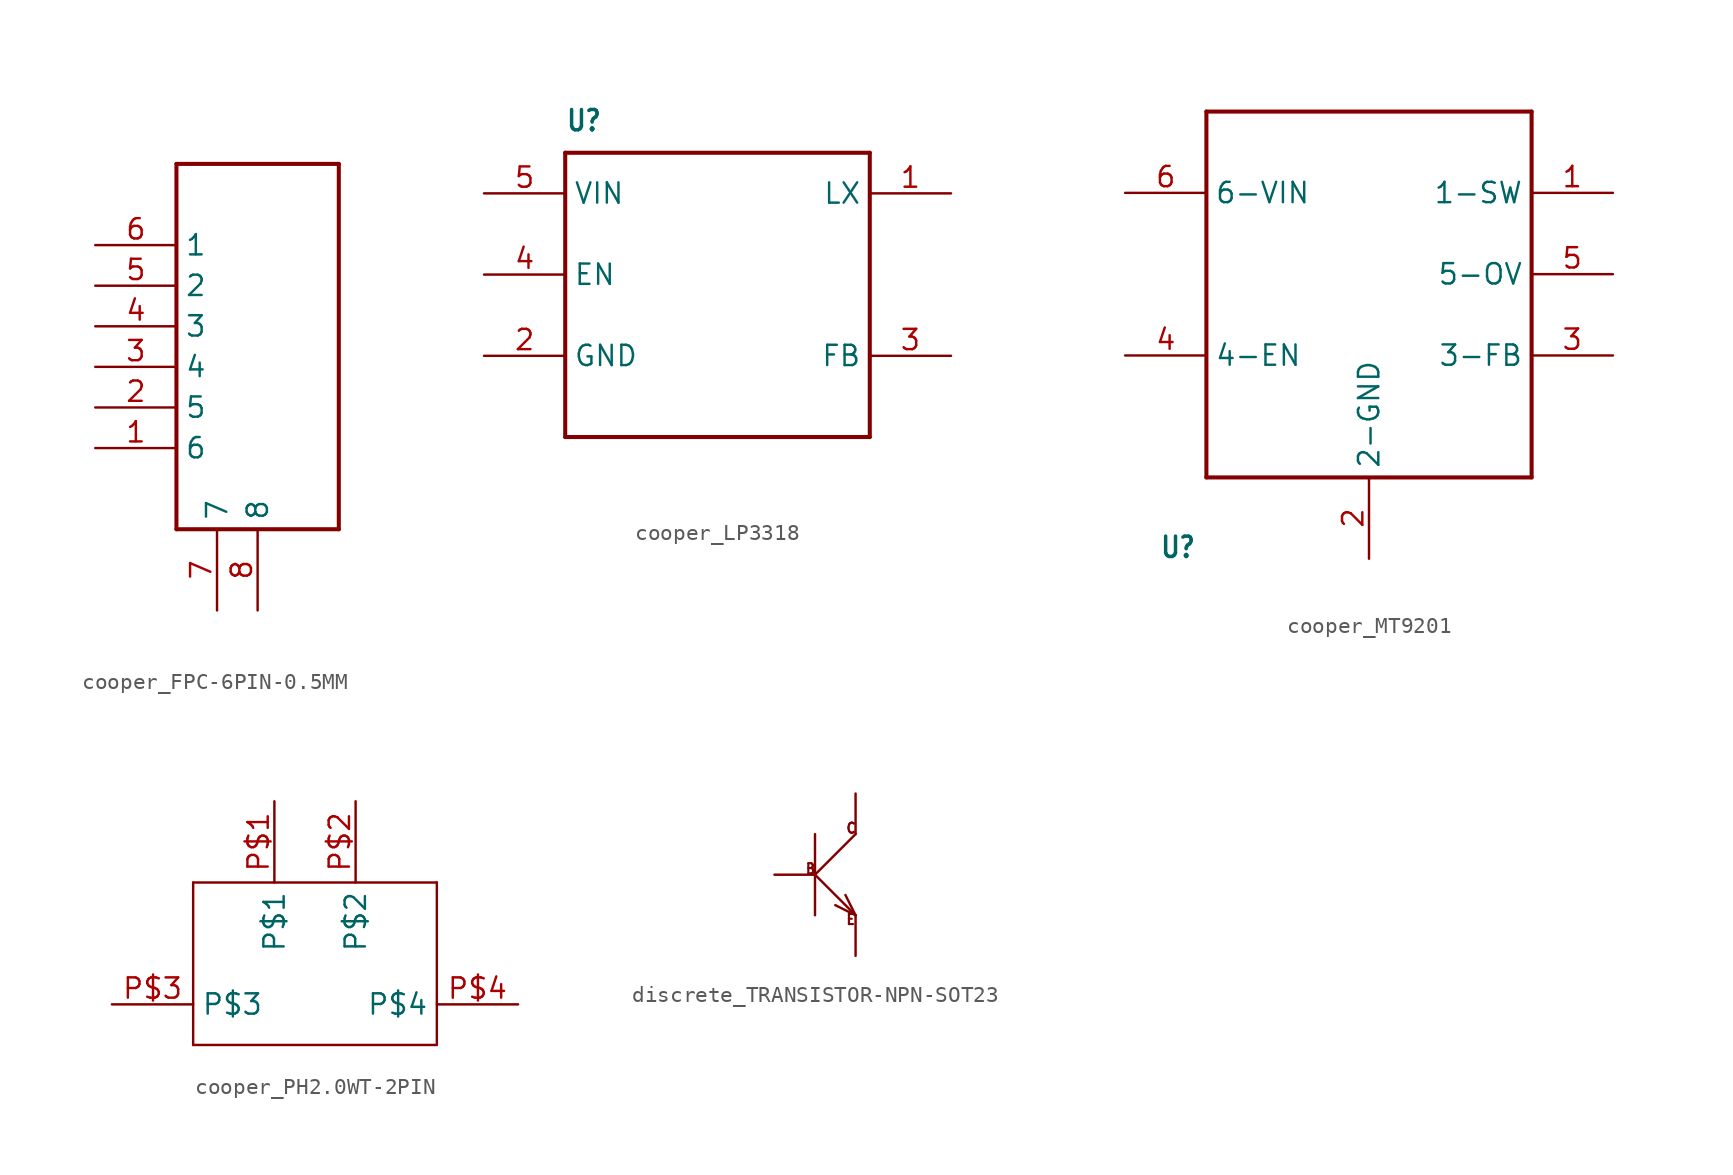
<source format=kicad_sym>
(kicad_symbol_lib
  (version 20231120)
  (generator "kicad_symbol_editor")
  (generator_version "8.0")
  (symbol "cooper_FPC-6PIN-0.5MM"
    (property "Reference" ""
      (at -2.54 50.8 0)
      (effects (font (size 1.778 1.511)) (justify left bottom) (hide yes)))
    (property "Value" ""
      (at -2.54 48.26 0)
      (effects (font (size 1.778 1.511)) (justify left bottom)))
    (property "ki_locked" ""
      (at 0 0 0)
      (effects (font (size 1.27 1.27))))
    (symbol "cooper_FPC-6PIN-0.5MM_1_0"
      (polyline (pts (xy -2.54 22.86) (xy -2.54 45.72)) (stroke (width 0.254) (type solid)) (fill (type none)))
      (polyline (pts (xy -2.54 45.72) (xy 7.62 45.72)) (stroke (width 0.254) (type solid)) (fill (type none)))
      (polyline (pts (xy 7.62 22.86) (xy -2.54 22.86)) (stroke (width 0.254) (type solid)) (fill (type none)))
      (polyline (pts (xy 7.62 45.72) (xy 7.62 22.86)) (stroke (width 0.254) (type solid)) (fill (type none)))
      (pin bidirectional line (at -7.62 27.94 0) (length 5.08) (name "6" (effects (font (size 1.27 1.27)))) (number "1" (effects (font (size 1.27 1.27)))))
      (pin bidirectional line (at -7.62 30.48 0) (length 5.08) (name "5" (effects (font (size 1.27 1.27)))) (number "2" (effects (font (size 1.27 1.27)))))
      (pin bidirectional line (at -7.62 33.02 0) (length 5.08) (name "4" (effects (font (size 1.27 1.27)))) (number "3" (effects (font (size 1.27 1.27)))))
      (pin bidirectional line (at -7.62 35.56 0) (length 5.08) (name "3" (effects (font (size 1.27 1.27)))) (number "4" (effects (font (size 1.27 1.27)))))
      (pin bidirectional line (at -7.62 38.1 0) (length 5.08) (name "2" (effects (font (size 1.27 1.27)))) (number "5" (effects (font (size 1.27 1.27)))))
      (pin bidirectional line (at -7.62 40.64 0) (length 5.08) (name "1" (effects (font (size 1.27 1.27)))) (number "6" (effects (font (size 1.27 1.27)))))
      (pin bidirectional line (at 0 17.78 90) (length 5.08) (name "7" (effects (font (size 1.27 1.27)))) (number "7" (effects (font (size 1.27 1.27)))))
      (pin bidirectional line (at 2.54 17.78 90) (length 5.08) (name "8" (effects (font (size 1.27 1.27)))) (number "8" (effects (font (size 1.27 1.27)))))))
  (symbol "cooper_LP3318"
    (property "Reference" "U"
      (at -10.16 10.16 0)
      (effects (font (size 1.27 1.079) (bold yes)) (justify left bottom)))
    (property "Value" ""
      (at -11.43 -11.43 0)
      (effects (font (size 1.27 1.079) (bold yes)) (justify left bottom)))
    (property "ki_locked" ""
      (at 0 0 0)
      (effects (font (size 1.27 1.27))))
    (symbol "cooper_LP3318_1_0"
      (polyline (pts (xy -10.16 -8.89) (xy -10.16 8.89)) (stroke (width 0.254) (type solid)) (fill (type none)))
      (polyline (pts (xy -10.16 8.89) (xy 8.89 8.89)) (stroke (width 0.254) (type solid)) (fill (type none)))
      (polyline (pts (xy 8.89 -8.89) (xy -10.16 -8.89)) (stroke (width 0.254) (type solid)) (fill (type none)))
      (polyline (pts (xy 8.89 8.89) (xy 8.89 -8.89)) (stroke (width 0.254) (type solid)) (fill (type none)))
      (pin bidirectional line (at 13.97 6.35 180) (length 5.08) (name "LX" (effects (font (size 1.27 1.27)))) (number "1" (effects (font (size 1.27 1.27)))))
      (pin bidirectional line (at -15.24 -3.81 0) (length 5.08) (name "GND" (effects (font (size 1.27 1.27)))) (number "2" (effects (font (size 1.27 1.27)))))
      (pin bidirectional line (at 13.97 -3.81 180) (length 5.08) (name "FB" (effects (font (size 1.27 1.27)))) (number "3" (effects (font (size 1.27 1.27)))))
      (pin bidirectional line (at -15.24 1.27 0) (length 5.08) (name "EN" (effects (font (size 1.27 1.27)))) (number "4" (effects (font (size 1.27 1.27)))))
      (pin bidirectional line (at -15.24 6.35 0) (length 5.08) (name "VIN" (effects (font (size 1.27 1.27)))) (number "5" (effects (font (size 1.27 1.27)))))))
  (symbol "cooper_MT9201"
    (property "Reference" "U"
      (at -15.646 -20.345 0)
      (effects (font (size 1.27 1.079) (bold yes)) (justify left bottom)))
    (property "Value" ""
      (at -15.672 -18.313 0)
      (effects (font (size 1.27 1.079) (bold yes)) (justify left bottom)))
    (property "ki_locked" ""
      (at 0 0 0)
      (effects (font (size 1.27 1.27))))
    (symbol "cooper_MT9201_1_0"
      (polyline (pts (xy -12.7 -15.24) (xy -12.7 7.62)) (stroke (width 0.254) (type solid)) (fill (type none)))
      (polyline (pts (xy -12.7 7.62) (xy 7.62 7.62)) (stroke (width 0.254) (type solid)) (fill (type none)))
      (polyline (pts (xy 7.62 -15.24) (xy -12.7 -15.24)) (stroke (width 0.254) (type solid)) (fill (type none)))
      (polyline (pts (xy 7.62 7.62) (xy 7.62 -15.24)) (stroke (width 0.254) (type solid)) (fill (type none)))
      (pin bidirectional line (at 12.7 2.54 180) (length 5.08) (name "1-SW" (effects (font (size 1.27 1.27)))) (number "1" (effects (font (size 1.27 1.27)))))
      (pin bidirectional line (at -2.54 -20.32 90) (length 5.08) (name "2-GND" (effects (font (size 1.27 1.27)))) (number "2" (effects (font (size 1.27 1.27)))))
      (pin bidirectional line (at 12.7 -7.62 180) (length 5.08) (name "3-FB" (effects (font (size 1.27 1.27)))) (number "3" (effects (font (size 1.27 1.27)))))
      (pin bidirectional line (at -17.78 -7.62 0) (length 5.08) (name "4-EN" (effects (font (size 1.27 1.27)))) (number "4" (effects (font (size 1.27 1.27)))))
      (pin bidirectional line (at 12.7 -2.54 180) (length 5.08) (name "5-OV" (effects (font (size 1.27 1.27)))) (number "5" (effects (font (size 1.27 1.27)))))
      (pin bidirectional line (at -17.78 2.54 0) (length 5.08) (name "6-VIN" (effects (font (size 1.27 1.27)))) (number "6" (effects (font (size 1.27 1.27)))))))
  (symbol "cooper_PH2.0WT-2PIN"
    (property "Reference" "J"
      (at -6.604 -13.462 0)
      (effects (font (size 1.27 1.079)) (justify left bottom) (hide yes)))
    (property "ki_locked" ""
      (at 0 0 0)
      (effects (font (size 1.27 1.27))))
    (symbol "cooper_PH2.0WT-2PIN_1_0"
      (polyline (pts (xy -7.62 -10.16) (xy -7.62 0)) (stroke (width 0.152) (type solid)) (fill (type none)))
      (polyline (pts (xy -7.62 0) (xy 7.62 0)) (stroke (width 0.152) (type solid)) (fill (type none)))
      (polyline (pts (xy 7.62 -10.16) (xy -7.62 -10.16)) (stroke (width 0.152) (type solid)) (fill (type none)))
      (polyline (pts (xy 7.62 0) (xy 7.62 -10.16)) (stroke (width 0.152) (type solid)) (fill (type none)))
      (pin bidirectional line (at -2.54 5.08 270) (length 5.08) (name "P$1" (effects (font (size 1.27 1.27)))) (number "P$1" (effects (font (size 1.27 1.27)))))
      (pin bidirectional line (at 2.54 5.08 270) (length 5.08) (name "P$2" (effects (font (size 1.27 1.27)))) (number "P$2" (effects (font (size 1.27 1.27)))))
      (pin bidirectional line (at -12.7 -7.62 0) (length 5.08) (name "P$3" (effects (font (size 1.27 1.27)))) (number "P$3" (effects (font (size 1.27 1.27)))))
      (pin bidirectional line (at 12.7 -7.62 180) (length 5.08) (name "P$4" (effects (font (size 1.27 1.27)))) (number "P$4" (effects (font (size 1.27 1.27)))))))
  (symbol "discrete_TRANSISTOR-NPN-SOT23"
    (property "Reference" "Q"
      (at -2.54 0.635 0)
      (effects (font (size 1.27 1.079)) (justify left bottom) (hide yes)))
    (property "ki_locked" ""
      (at 0 0 0)
      (effects (font (size 1.27 1.27))))
    (symbol "discrete_TRANSISTOR-NPN-SOT23_1_0"
      (polyline (pts (xy 0 -2.54) (xy 0 0)) (stroke (width 0.152) (type solid)) (fill (type none)))
      (polyline (pts (xy 0 0) (xy 0 2.54)) (stroke (width 0.152) (type solid)) (fill (type none)))
      (polyline (pts (xy 0 0) (xy 2.54 -2.54)) (stroke (width 0.152) (type solid)) (fill (type none)))
      (polyline (pts (xy 0 0) (xy 2.54 2.54)) (stroke (width 0.152) (type solid)) (fill (type none)))
      (polyline (pts (xy 2.54 -2.54) (xy 1.27 -1.905)) (stroke (width 0.152) (type solid)) (fill (type none)))
      (polyline (pts (xy 2.54 -2.54) (xy 1.905 -1.27)) (stroke (width 0.152) (type solid)) (fill (type none)))
      (text "B" (at -0.635 0 0) (effects (font (size 0.635 0.54)) (justify left bottom)))
      (text "C" (at 1.905 2.54 0) (effects (font (size 0.635 0.54)) (justify left bottom)))
      (text "E" (at 1.905 -3.175 0) (effects (font (size 0.635 0.54)) (justify left bottom)))
      (pin passive line (at -2.54 0 0) (length 2.54) (name "B" (effects (font (size 0 0)))) (number "1" (effects (font (size 0 0)))))
      (pin passive line (at 2.54 -5.08 90) (length 2.54) (name "E" (effects (font (size 0 0)))) (number "2" (effects (font (size 0 0)))))
      (pin passive line (at 2.54 5.08 270) (length 2.54) (name "C" (effects (font (size 0 0)))) (number "3" (effects (font (size 0 0))))))))
</source>
